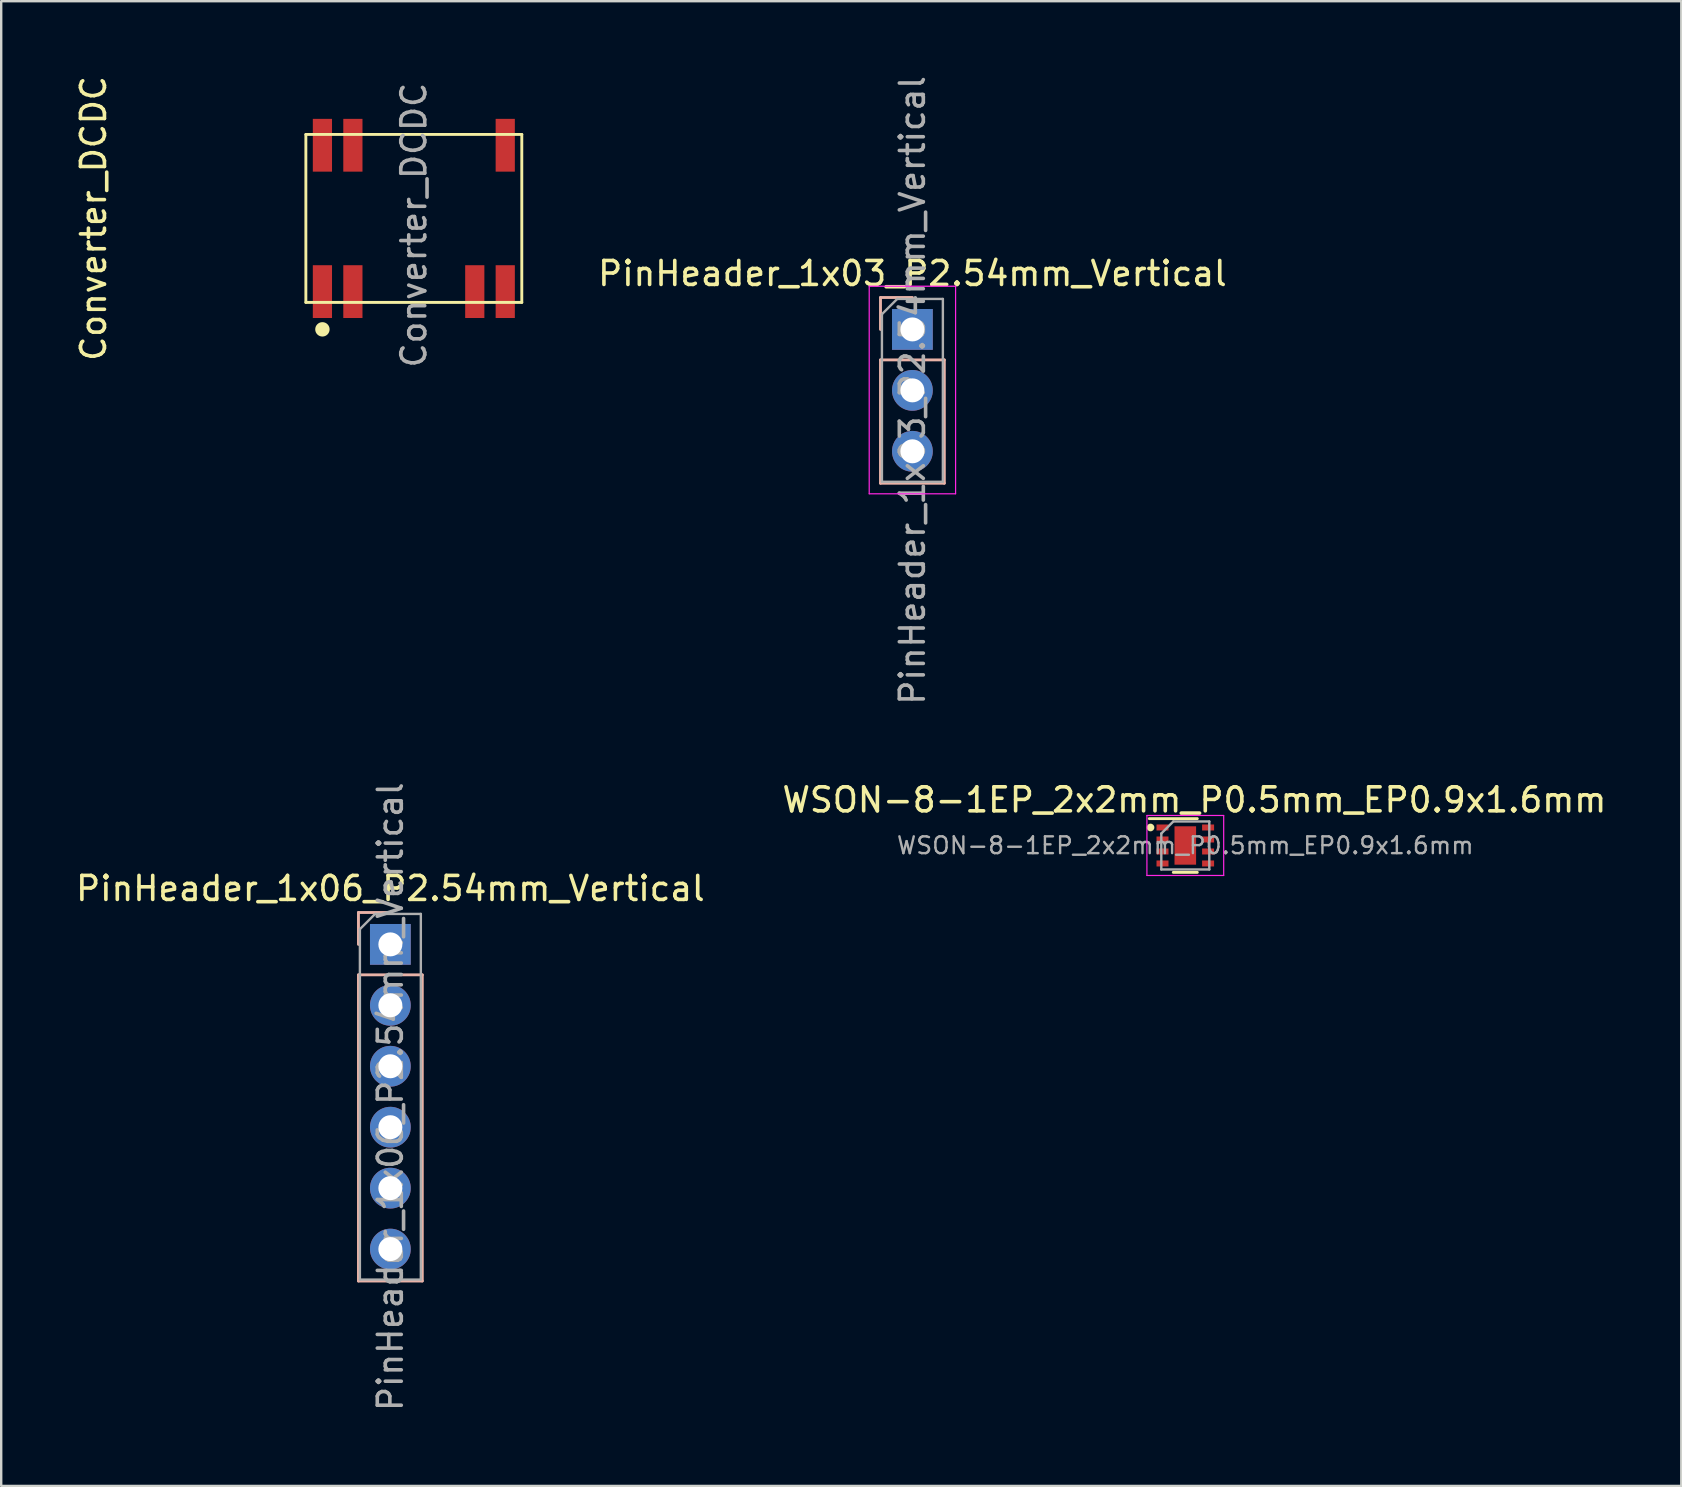
<source format=kicad_pcb>
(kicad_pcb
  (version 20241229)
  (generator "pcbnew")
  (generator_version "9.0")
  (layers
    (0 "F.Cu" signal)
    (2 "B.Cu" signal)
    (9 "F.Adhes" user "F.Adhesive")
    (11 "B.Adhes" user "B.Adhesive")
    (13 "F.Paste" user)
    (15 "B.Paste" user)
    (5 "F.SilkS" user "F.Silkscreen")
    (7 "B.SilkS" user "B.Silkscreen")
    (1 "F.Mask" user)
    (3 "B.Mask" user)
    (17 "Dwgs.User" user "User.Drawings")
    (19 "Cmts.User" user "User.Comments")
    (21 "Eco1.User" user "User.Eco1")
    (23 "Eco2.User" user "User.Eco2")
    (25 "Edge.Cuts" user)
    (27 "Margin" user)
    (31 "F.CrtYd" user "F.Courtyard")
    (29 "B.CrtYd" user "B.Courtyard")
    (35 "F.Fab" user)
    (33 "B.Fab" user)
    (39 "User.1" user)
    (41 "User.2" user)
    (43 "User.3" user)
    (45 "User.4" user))
  (footprint "Converter_DCDC"
    (layer "F.Cu")
    (at 14.198 6.054)
    (property "Reference" "Converter_DCDC" (at -13.35 0 90) (layer "F.SilkS") (effects (font (size 1 1) (thickness 0.15))))
    (attr smd)
    (fp_line (start -4.5 -3.5) (end -4.5 3.5) (stroke (width 0.12) (type solid)) (layer "F.SilkS"))
    (fp_line (start -4.5 -3.5) (end 4.5 -3.5) (stroke (width 0.12) (type solid)) (layer "F.SilkS"))
    (fp_line (start -4.5 3.5) (end 4.5 3.5) (stroke (width 0.12) (type solid)) (layer "F.SilkS"))
    (fp_line (start 4.5 -3.5) (end 4.5 3.5) (stroke (width 0.12) (type solid)) (layer "F.SilkS"))
    (fp_circle (center -3.81 4.623) (end -3.51 4.623) (stroke (width 0) (type solid)) (fill yes) (layer "F.SilkS"))
    (fp_text user "${REFERENCE}" (at 0 0.279 90) (layer "F.Fab") (effects (font (size 1 1) (thickness 0.15))))
    (pad "1" smd rect (at -3.81 3.05) (size 0.8 2.2) (layers "F.Cu" "F.Mask" "F.Paste"))
    (pad "2" smd rect (at -2.54 3.05) (size 0.8 2.2) (layers "F.Cu" "F.Mask" "F.Paste"))
    (pad "6" smd rect (at 2.54 3.05) (size 0.8 2.2) (layers "F.Cu" "F.Mask" "F.Paste"))
    (pad "7" smd rect (at 3.81 3.05) (size 0.8 2.2) (layers "F.Cu" "F.Mask" "F.Paste"))
    (pad "8" smd rect (at 3.81 -3.05) (size 0.8 2.2) (layers "F.Cu" "F.Mask" "F.Paste"))
    (pad "13" smd rect (at -2.54 -3.05) (size 0.8 2.2) (layers "F.Cu" "F.Mask" "F.Paste"))
    (pad "14" smd rect (at -3.81 -3.05) (size 0.8 2.2) (layers "F.Cu" "F.Mask" "F.Paste")))
  (footprint "PinHeader_1x03_P2.54mm_Vertical"
    (layer "F.Cu")
    (at 34.978 10.68)
    (property "Reference" "PinHeader_1x03_P2.54mm_Vertical" (at 0 -2.33 0) (layer "F.SilkS") (effects (font (size 1 1) (thickness 0.15))))
    (attr through_hole)
    (fp_line (start -1.33 -1.33) (end 0 -1.33) (stroke (width 0.12) (type solid)) (layer "B.SilkS"))
    (fp_line (start -1.33 0) (end -1.33 -1.33) (stroke (width 0.12) (type solid)) (layer "B.SilkS"))
    (fp_line (start -1.33 1.27) (end -1.33 6.41) (stroke (width 0.12) (type solid)) (layer "B.SilkS"))
    (fp_line (start -1.33 1.27) (end 1.33 1.27) (stroke (width 0.12) (type solid)) (layer "B.SilkS"))
    (fp_line (start -1.33 6.41) (end 1.33 6.41) (stroke (width 0.12) (type solid)) (layer "B.SilkS"))
    (fp_line (start 1.33 1.27) (end 1.33 6.41) (stroke (width 0.12) (type solid)) (layer "B.SilkS"))
    (fp_line (start -1.8 -1.8) (end -1.8 6.85) (stroke (width 0.05) (type solid)) (layer "F.CrtYd"))
    (fp_line (start -1.8 6.85) (end 1.8 6.85) (stroke (width 0.05) (type solid)) (layer "F.CrtYd"))
    (fp_line (start 1.8 -1.8) (end -1.8 -1.8) (stroke (width 0.05) (type solid)) (layer "F.CrtYd"))
    (fp_line (start 1.8 6.85) (end 1.8 -1.8) (stroke (width 0.05) (type solid)) (layer "F.CrtYd"))
    (fp_line (start -1.27 -0.635) (end -0.635 -1.27) (stroke (width 0.1) (type solid)) (layer "F.Fab"))
    (fp_line (start -1.27 6.35) (end -1.27 -0.635) (stroke (width 0.1) (type solid)) (layer "F.Fab"))
    (fp_line (start -0.635 -1.27) (end 1.27 -1.27) (stroke (width 0.1) (type solid)) (layer "F.Fab"))
    (fp_line (start 1.27 -1.27) (end 1.27 6.35) (stroke (width 0.1) (type solid)) (layer "F.Fab"))
    (fp_line (start 1.27 6.35) (end -1.27 6.35) (stroke (width 0.1) (type solid)) (layer "F.Fab"))
    (fp_text user "${REFERENCE}" (at 0 2.54 90) (layer "F.Fab") (effects (font (size 1 1) (thickness 0.15))))
    (pad "1" thru_hole rect (at 0 0) (size 1.7 1.7) (drill 1) (layers "*.Cu" "*.Mask"))
    (pad "2" thru_hole oval (at 0 2.54) (size 1.7 1.7) (drill 1) (layers "*.Cu" "*.Mask"))
    (pad "3" thru_hole oval (at 0 5.08) (size 1.7 1.7) (drill 1) (layers "*.Cu" "*.Mask")))
  (footprint "WSON-8-1EP_2x2mm_P0.5mm_EP0.9x1.6mm"
    (layer "F.Cu")
    (at 46.352 32.189)
    (property "Reference" "WSON-8-1EP_2x2mm_P0.5mm_EP0.9x1.6mm" (at 0.38 -1.9 0) (layer "F.SilkS") (effects (font (size 1 1) (thickness 0.15))))
    (attr smd)
    (fp_line (start -1.5 -1.12) (end 0.5 -1.12) (stroke (width 0.12) (type solid)) (layer "F.SilkS"))
    (fp_line (start 0.5 1.12) (end -0.5 1.12) (stroke (width 0.12) (type solid)) (layer "F.SilkS"))
    (fp_circle (center -1.45 -0.75) (end -1.35 -0.75) (stroke (width 0.12) (type solid)) (fill yes) (layer "F.SilkS"))
    (fp_line (start -1.6 -1.25) (end -1.6 1.25) (stroke (width 0.05) (type solid)) (layer "F.CrtYd"))
    (fp_line (start -1.6 -1.25) (end 1.6 -1.25) (stroke (width 0.05) (type solid)) (layer "F.CrtYd"))
    (fp_line (start -1.6 1.25) (end 1.6 1.25) (stroke (width 0.05) (type solid)) (layer "F.CrtYd"))
    (fp_line (start 1.6 -1.25) (end 1.6 1.25) (stroke (width 0.05) (type solid)) (layer "F.CrtYd"))
    (fp_line (start -1 1) (end -1 -0.5) (stroke (width 0.1) (type solid)) (layer "F.Fab"))
    (fp_line (start -0.5 -1) (end -1 -0.5) (stroke (width 0.1) (type solid)) (layer "F.Fab"))
    (fp_line (start -0.5 -1) (end 1 -1) (stroke (width 0.1) (type solid)) (layer "F.Fab"))
    (fp_line (start 1 -1) (end 1 1) (stroke (width 0.1) (type solid)) (layer "F.Fab"))
    (fp_line (start 1 1) (end -1 1) (stroke (width 0.1) (type solid)) (layer "F.Fab"))
    (fp_text user "${REFERENCE}" (at 0 0 0) (layer "F.Fab") (effects (font (size 0.7 0.7) (thickness 0.1))))
    (pad "" smd rect (at 0 -0.4) (size 0.75 0.65) (layers "F.Paste"))
    (pad "" smd rect (at 0 0.4) (size 0.75 0.65) (layers "F.Paste"))
    (pad "1" smd rect (at -0.95 -0.75) (size 0.5 0.25) (layers "F.Cu" "F.Mask" "F.Paste"))
    (pad "2" smd rect (at -0.95 -0.25) (size 0.5 0.25) (layers "F.Cu" "F.Mask" "F.Paste"))
    (pad "3" smd rect (at -0.95 0.25) (size 0.5 0.25) (layers "F.Cu" "F.Mask" "F.Paste"))
    (pad "4" smd rect (at -0.95 0.75) (size 0.5 0.25) (layers "F.Cu" "F.Mask" "F.Paste"))
    (pad "5" smd rect (at 0.95 0.75) (size 0.5 0.25) (layers "F.Cu" "F.Mask" "F.Paste"))
    (pad "6" smd rect (at 0.95 0.25) (size 0.5 0.25) (layers "F.Cu" "F.Mask" "F.Paste"))
    (pad "7" smd rect (at 0.95 -0.25) (size 0.5 0.25) (layers "F.Cu" "F.Mask" "F.Paste"))
    (pad "8" smd rect (at 0.95 -0.75) (size 0.5 0.25) (layers "F.Cu" "F.Mask" "F.Paste"))
    (pad "9" smd rect (at 0 0) (size 0.9 1.6) (layers "F.Cu" "F.Mask")))
  (footprint "PinHeader_1x06_P2.54mm_Vertical"
    (layer "F.Cu")
    (at 13.22 36.311)
    (property "Reference" "PinHeader_1x06_P2.54mm_Vertical" (at 0 -2.33 0) (layer "F.SilkS") (effects (font (size 1 1) (thickness 0.15))))
    (attr through_hole)
    (fp_line (start -1.33 -1.33) (end 0 -1.33) (stroke (width 0.12) (type solid)) (layer "B.SilkS"))
    (fp_line (start -1.33 0) (end -1.33 -1.33) (stroke (width 0.12) (type solid)) (layer "B.SilkS"))
    (fp_line (start -1.33 1.27) (end -1.33 14.03) (stroke (width 0.12) (type solid)) (layer "B.SilkS"))
    (fp_line (start -1.33 1.27) (end 1.33 1.27) (stroke (width 0.12) (type solid)) (layer "B.SilkS"))
    (fp_line (start -1.33 14.03) (end 1.33 14.03) (stroke (width 0.12) (type solid)) (layer "B.SilkS"))
    (fp_line (start 1.33 1.27) (end 1.33 14.03) (stroke (width 0.12) (type solid)) (layer "B.SilkS"))
    (fp_line (start -1.27 -0.635) (end -0.635 -1.27) (stroke (width 0.1) (type solid)) (layer "F.Fab"))
    (fp_line (start -1.27 13.97) (end -1.27 -0.635) (stroke (width 0.1) (type solid)) (layer "F.Fab"))
    (fp_line (start -0.635 -1.27) (end 1.27 -1.27) (stroke (width 0.1) (type solid)) (layer "F.Fab"))
    (fp_line (start 1.27 -1.27) (end 1.27 13.97) (stroke (width 0.1) (type solid)) (layer "F.Fab"))
    (fp_line (start 1.27 13.97) (end -1.27 13.97) (stroke (width 0.1) (type solid)) (layer "F.Fab"))
    (fp_text user "${REFERENCE}" (at 0 6.35 90) (layer "F.Fab") (effects (font (size 1 1) (thickness 0.15))))
    (pad "1" thru_hole rect (at 0 0) (size 1.7 1.7) (drill 1) (layers "*.Cu" "*.Mask"))
    (pad "2" thru_hole oval (at 0 2.54) (size 1.7 1.7) (drill 1) (layers "*.Cu" "*.Mask"))
    (pad "3" thru_hole oval (at 0 5.08) (size 1.7 1.7) (drill 1) (layers "*.Cu" "*.Mask"))
    (pad "4" thru_hole oval (at 0 7.62) (size 1.7 1.7) (drill 1) (layers "*.Cu" "*.Mask"))
    (pad "5" thru_hole oval (at 0 10.16) (size 1.7 1.7) (drill 1) (layers "*.Cu" "*.Mask"))
    (pad "6" thru_hole oval (at 0 12.7) (size 1.7 1.7) (drill 1) (layers "*.Cu" "*.Mask")))
  (gr_rect
    (start -3 -3)
    (end 67.024 58.881)
    (stroke (width 0.1) (type default))
    (fill no)
    (layer "Edge.Cuts")))
</source>
